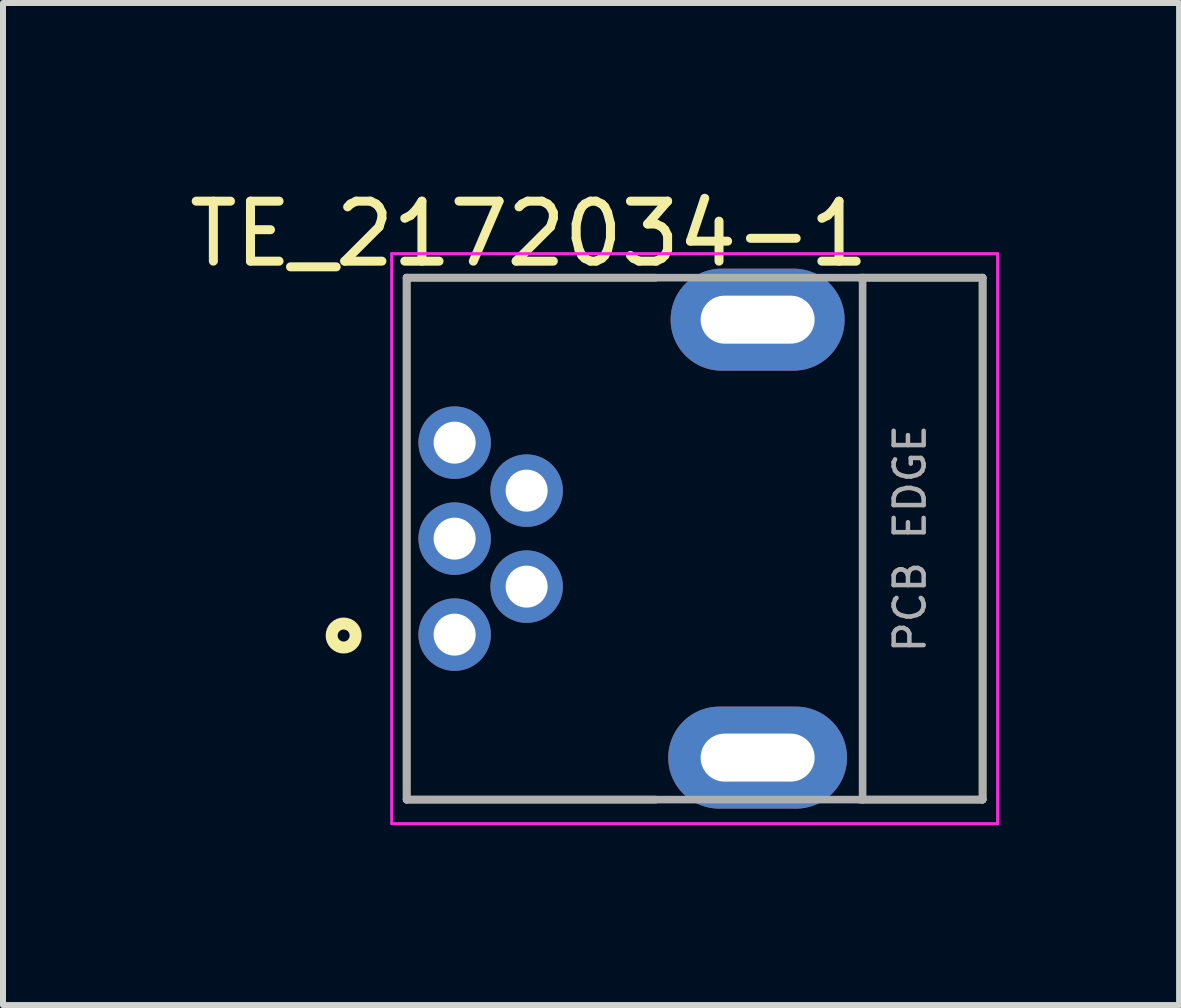
<source format=kicad_pcb>
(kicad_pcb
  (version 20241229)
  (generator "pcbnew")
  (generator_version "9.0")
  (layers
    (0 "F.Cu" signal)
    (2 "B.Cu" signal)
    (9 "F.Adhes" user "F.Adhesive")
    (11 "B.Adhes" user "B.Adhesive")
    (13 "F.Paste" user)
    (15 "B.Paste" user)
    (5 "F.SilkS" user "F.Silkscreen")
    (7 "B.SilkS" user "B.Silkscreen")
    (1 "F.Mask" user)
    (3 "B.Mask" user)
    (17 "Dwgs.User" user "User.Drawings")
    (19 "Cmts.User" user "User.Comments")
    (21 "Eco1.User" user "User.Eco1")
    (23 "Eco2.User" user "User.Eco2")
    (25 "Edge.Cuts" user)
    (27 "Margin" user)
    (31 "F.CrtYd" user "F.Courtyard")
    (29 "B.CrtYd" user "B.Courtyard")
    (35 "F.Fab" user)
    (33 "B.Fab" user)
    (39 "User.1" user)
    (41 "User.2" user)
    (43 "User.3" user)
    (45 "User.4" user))
  (footprint "TE_2172034-1"
    (layer "F.Cu")
    (at 9.578 5.928)
    (property "Reference" "TE_2172034-1" (at -3.81 -5.08 0) (layer "F.SilkS") (effects (font (size 1 1) (thickness 0.15))))
    (attr through_hole)
    (fp_line (start -5.85 -4.35) (end -1.7 -4.35) (stroke (width 0.127) (type solid)) (layer "F.SilkS"))
    (fp_line (start -5.85 4.35) (end -5.85 -4.35) (stroke (width 0.127) (type solid)) (layer "F.SilkS"))
    (fp_line (start -1.7 4.35) (end -5.85 4.35) (stroke (width 0.127) (type solid)) (layer "F.SilkS"))
    (fp_line (start 1.7 -4.35) (end 3.75 -4.35) (stroke (width 0.127) (type solid)) (layer "F.SilkS"))
    (fp_line (start 3.75 -4.35) (end 3.75 4.35) (stroke (width 0.127) (type solid)) (layer "F.SilkS"))
    (fp_line (start 3.75 4.35) (end 1.7 4.35) (stroke (width 0.127) (type solid)) (layer "F.SilkS"))
    (fp_circle (center -6.9 1.615) (end -6.7 1.615) (stroke (width 0.2) (type solid)) (fill no) (layer "F.SilkS"))
    (fp_line (start -6.1 -4.75) (end 4 -4.75) (stroke (width 0.05) (type solid)) (layer "F.CrtYd"))
    (fp_line (start -6.1 4.75) (end -6.1 -4.75) (stroke (width 0.05) (type solid)) (layer "F.CrtYd"))
    (fp_line (start 4 -4.75) (end 4 4.75) (stroke (width 0.05) (type solid)) (layer "F.CrtYd"))
    (fp_line (start 4 4.75) (end -6.1 4.75) (stroke (width 0.05) (type solid)) (layer "F.CrtYd"))
    (fp_line (start -5.85 -4.35) (end -5.85 4.35) (stroke (width 0.127) (type solid)) (layer "F.Fab"))
    (fp_line (start -5.85 4.35) (end 1.75 4.35) (stroke (width 0.127) (type solid)) (layer "F.Fab"))
    (fp_line (start 1.75 -4.35) (end -5.85 -4.35) (stroke (width 0.127) (type solid)) (layer "F.Fab"))
    (fp_line (start 1.75 -4.35) (end 1.75 4.35) (stroke (width 0.127) (type solid)) (layer "F.Fab"))
    (fp_line (start 1.75 4.35) (end 3.75 4.35) (stroke (width 0.127) (type solid)) (layer "F.Fab"))
    (fp_line (start 3.75 -4.35) (end 1.75 -4.35) (stroke (width 0.127) (type solid)) (layer "F.Fab"))
    (fp_line (start 3.75 4.35) (end 3.75 -4.35) (stroke (width 0.127) (type solid)) (layer "F.Fab"))
    (fp_circle (center -5.05 1.6) (end -4.85 1.6) (stroke (width 0.2) (type solid)) (fill no) (layer "F.Fab"))
    (fp_text user "PCB EDGE" (at 2.54 0 90) (layer "F.Fab") (effects (font (size 0.5 0.5) (thickness 0.075))))
    (pad "1" thru_hole circle (at -5.05 1.6) (size 1.208 1.208) (drill 0.7) (layers "*.Cu" "*.Mask"))
    (pad "2" thru_hole circle (at -3.85 0.8) (size 1.208 1.208) (drill 0.7) (layers "*.Cu" "*.Mask"))
    (pad "3" thru_hole circle (at -5.05 0) (size 1.208 1.208) (drill 0.7) (layers "*.Cu" "*.Mask"))
    (pad "4" thru_hole circle (at -3.85 -0.8) (size 1.208 1.208) (drill 0.7) (layers "*.Cu" "*.Mask"))
    (pad "5" thru_hole circle (at -5.05 -1.6) (size 1.208 1.208) (drill 0.7) (layers "*.Cu" "*.Mask"))
    (pad "6" thru_hole oval (at 0 -3.65) (size 2.9 1.7) (drill oval 1.9 0.8) (layers "*.Cu" "*.Mask"))
    (pad "6" thru_hole oval (at 0 3.65) (size 2.98 1.7) (drill oval 1.9 0.8) (layers "*.Cu" "*.Mask")))
  (gr_rect
    (start -3 -3)
    (end 16.603 13.703)
    (stroke (width 0.1) (type default))
    (fill no)
    (layer "Edge.Cuts")))
</source>
